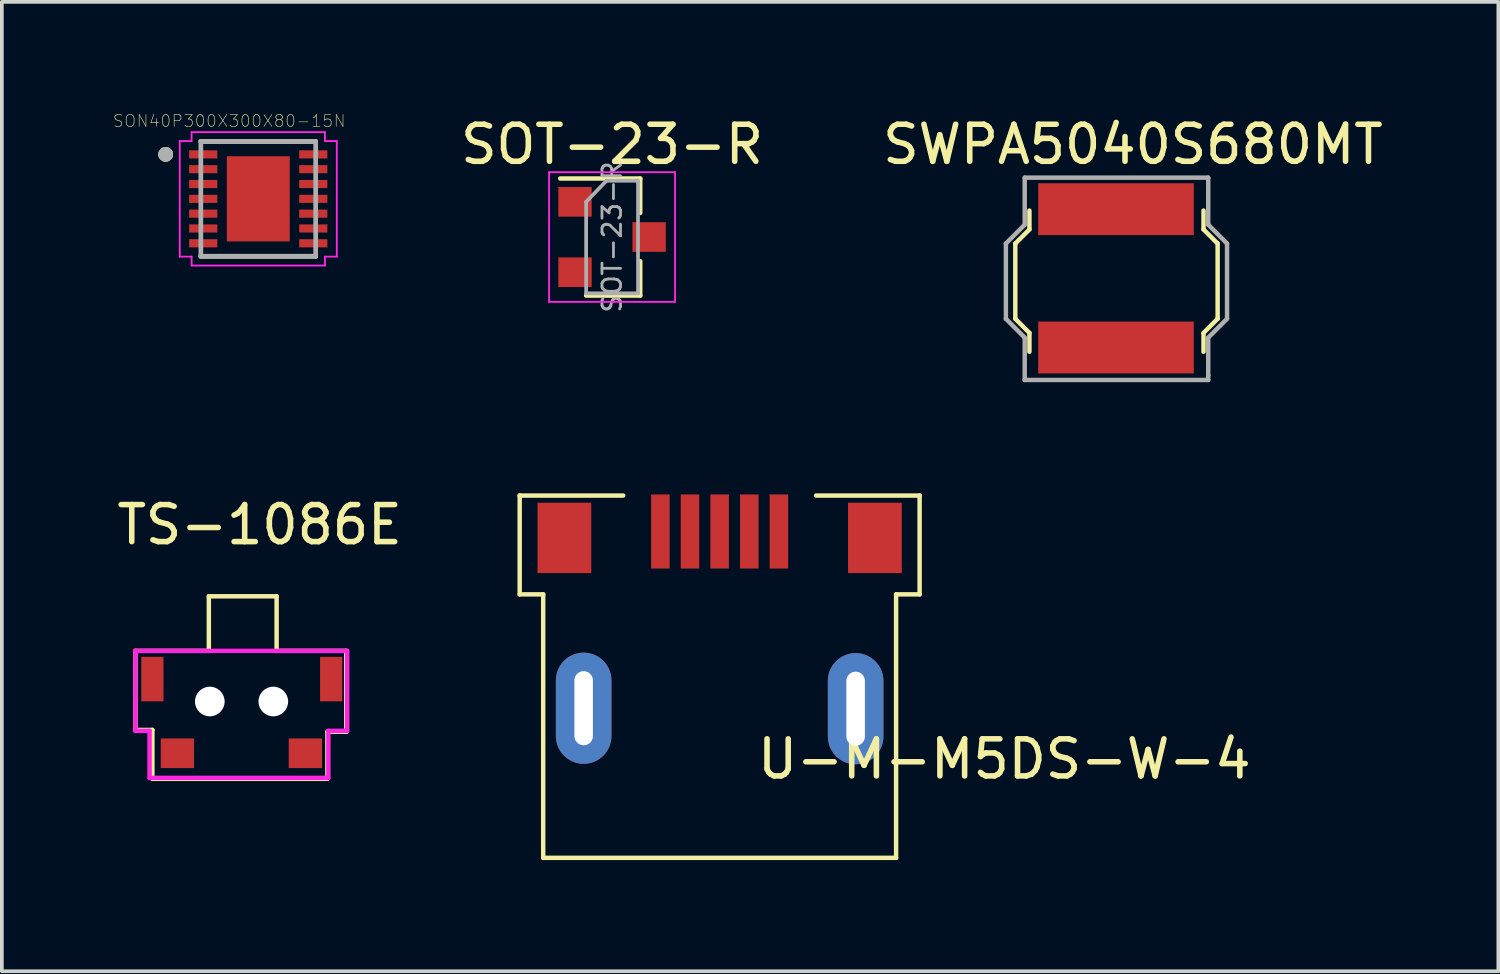
<source format=kicad_pcb>
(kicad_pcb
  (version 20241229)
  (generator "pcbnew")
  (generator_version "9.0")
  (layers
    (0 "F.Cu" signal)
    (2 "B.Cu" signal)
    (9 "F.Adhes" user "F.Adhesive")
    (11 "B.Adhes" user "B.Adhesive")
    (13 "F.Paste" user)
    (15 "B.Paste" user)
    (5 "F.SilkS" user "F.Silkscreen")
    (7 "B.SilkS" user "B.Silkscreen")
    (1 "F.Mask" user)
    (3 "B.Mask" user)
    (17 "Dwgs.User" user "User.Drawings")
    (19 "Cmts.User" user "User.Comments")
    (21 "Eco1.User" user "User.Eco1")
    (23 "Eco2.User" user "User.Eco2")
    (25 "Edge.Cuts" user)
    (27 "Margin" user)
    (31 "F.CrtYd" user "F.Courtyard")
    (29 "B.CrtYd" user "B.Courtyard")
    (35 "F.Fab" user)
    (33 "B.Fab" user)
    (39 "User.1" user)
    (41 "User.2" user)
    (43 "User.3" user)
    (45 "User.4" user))
  (footprint "SWPA5040S680MT"
    (layer "F.Cu")
    (at 27.53 0.348)
    (property "Reference" "SWPA5040S680MT" (at 0 0.5 0) (layer "F.SilkS") (effects (font (size 1 1) (thickness 0.15))))
    (attr through_hole)
    (fp_line (start -3.175 3.175) (end -3.175 5.207) (stroke (width 0.12) (type solid)) (layer "F.SilkS"))
    (fp_line (start -3.175 5.207) (end -2.794 5.588) (stroke (width 0.12) (type solid)) (layer "F.SilkS"))
    (fp_line (start -2.794 2.286) (end -2.794 2.794) (stroke (width 0.12) (type solid)) (layer "F.SilkS"))
    (fp_line (start -2.794 2.794) (end -3.175 3.175) (stroke (width 0.12) (type solid)) (layer "F.SilkS"))
    (fp_line (start -2.794 5.588) (end -2.794 6.096) (stroke (width 0.12) (type solid)) (layer "F.SilkS"))
    (fp_line (start 1.905 2.794) (end 1.905 2.286) (stroke (width 0.12) (type solid)) (layer "F.SilkS"))
    (fp_line (start 1.905 5.588) (end 2.286 5.207) (stroke (width 0.12) (type solid)) (layer "F.SilkS"))
    (fp_line (start 1.905 6.096) (end 1.905 5.588) (stroke (width 0.12) (type solid)) (layer "F.SilkS"))
    (fp_line (start 2.286 3.175) (end 1.905 2.794) (stroke (width 0.12) (type solid)) (layer "F.SilkS"))
    (fp_line (start 2.286 5.207) (end 2.286 3.175) (stroke (width 0.12) (type solid)) (layer "F.SilkS"))
    (fp_line (start -3.429 3.175) (end -3.429 5.207) (stroke (width 0.12) (type solid)) (layer "F.Fab"))
    (fp_line (start -3.429 5.207) (end -2.921 5.715) (stroke (width 0.12) (type solid)) (layer "F.Fab"))
    (fp_line (start -2.921 1.397) (end -2.921 2.667) (stroke (width 0.12) (type solid)) (layer "F.Fab"))
    (fp_line (start -2.921 2.667) (end -3.429 3.175) (stroke (width 0.12) (type solid)) (layer "F.Fab"))
    (fp_line (start -2.921 5.715) (end -2.921 6.858) (stroke (width 0.12) (type solid)) (layer "F.Fab"))
    (fp_line (start -2.921 6.858) (end 2.032 6.858) (stroke (width 0.12) (type solid)) (layer "F.Fab"))
    (fp_line (start 2.032 1.397) (end -2.921 1.397) (stroke (width 0.12) (type solid)) (layer "F.Fab"))
    (fp_line (start 2.032 2.667) (end 2.032 1.397) (stroke (width 0.12) (type solid)) (layer "F.Fab"))
    (fp_line (start 2.032 5.715) (end 2.54 5.207) (stroke (width 0.12) (type solid)) (layer "F.Fab"))
    (fp_line (start 2.032 6.731) (end 2.032 5.715) (stroke (width 0.12) (type solid)) (layer "F.Fab"))
    (fp_line (start 2.032 6.858) (end 2.032 6.731) (stroke (width 0.12) (type solid)) (layer "F.Fab"))
    (fp_line (start 2.54 3.175) (end 2.032 2.667) (stroke (width 0.12) (type solid)) (layer "F.Fab"))
    (fp_line (start 2.54 5.207) (end 2.54 3.175) (stroke (width 0.12) (type solid)) (layer "F.Fab"))
    (pad "1" smd rect (at -0.457 2.248 90) (size 1.4 4.2) (layers "F.Cu" "F.Mask" "F.Paste"))
    (pad "2" smd rect (at -0.457 5.982 90) (size 1.4 4.2) (layers "F.Cu" "F.Mask" "F.Paste")))
  (footprint "SON40P300X300X80-15N"
    (layer "F.Cu")
    (at 3.921 2.317)
    (property "Reference" "SON40P300X300X80-15N" (at -0.784 -2.103 0) (layer "F.SilkS") (effects (font (size 0.32 0.32) (thickness 0.015))))
    (attr through_hole)
    (fp_line (start -1.55 -1.55) (end 1.55 -1.55) (stroke (width 0.127) (type solid)) (layer "F.SilkS"))
    (fp_line (start -1.55 1.55) (end 1.55 1.55) (stroke (width 0.127) (type solid)) (layer "F.SilkS"))
    (fp_circle (center -2.5 -1.2) (end -2.4 -1.2) (stroke (width 0.2) (type solid)) (fill no) (layer "F.SilkS"))
    (fp_poly (pts (xy -0.665 -0.965) (xy -0.095 -0.965) (xy -0.095 -0.095) (xy -0.665 -0.095)) (stroke (width 0.01) (type solid)) (fill yes) (layer "F.Paste"))
    (fp_poly (pts (xy -0.665 0.095) (xy -0.095 0.095) (xy -0.095 0.965) (xy -0.665 0.965)) (stroke (width 0.01) (type solid)) (fill yes) (layer "F.Paste"))
    (fp_poly (pts (xy 0.095 -0.965) (xy 0.665 -0.965) (xy 0.665 -0.095) (xy 0.095 -0.095)) (stroke (width 0.01) (type solid)) (fill yes) (layer "F.Paste"))
    (fp_poly (pts (xy 0.095 0.095) (xy 0.665 0.095) (xy 0.665 0.965) (xy 0.095 0.965)) (stroke (width 0.01) (type solid)) (fill yes) (layer "F.Paste"))
    (fp_line (start -2.12 -1.56) (end -1.8 -1.56) (stroke (width 0.05) (type solid)) (layer "F.CrtYd"))
    (fp_line (start -2.12 1.56) (end -2.12 -1.56) (stroke (width 0.05) (type solid)) (layer "F.CrtYd"))
    (fp_line (start -1.8 -1.8) (end 1.8 -1.8) (stroke (width 0.05) (type solid)) (layer "F.CrtYd"))
    (fp_line (start -1.8 -1.56) (end -1.8 -1.8) (stroke (width 0.05) (type solid)) (layer "F.CrtYd"))
    (fp_line (start -1.8 1.56) (end -2.12 1.56) (stroke (width 0.05) (type solid)) (layer "F.CrtYd"))
    (fp_line (start -1.8 1.8) (end -1.8 1.56) (stroke (width 0.05) (type solid)) (layer "F.CrtYd"))
    (fp_line (start 1.8 -1.8) (end 1.8 -1.56) (stroke (width 0.05) (type solid)) (layer "F.CrtYd"))
    (fp_line (start 1.8 -1.56) (end 2.12 -1.56) (stroke (width 0.05) (type solid)) (layer "F.CrtYd"))
    (fp_line (start 1.8 1.56) (end 1.8 1.8) (stroke (width 0.05) (type solid)) (layer "F.CrtYd"))
    (fp_line (start 1.8 1.8) (end -1.8 1.8) (stroke (width 0.05) (type solid)) (layer "F.CrtYd"))
    (fp_line (start 2.12 -1.56) (end 2.12 1.56) (stroke (width 0.05) (type solid)) (layer "F.CrtYd"))
    (fp_line (start 2.12 1.56) (end 1.8 1.56) (stroke (width 0.05) (type solid)) (layer "F.CrtYd"))
    (fp_line (start -1.55 -1.55) (end 1.55 -1.55) (stroke (width 0.127) (type solid)) (layer "F.Fab"))
    (fp_line (start -1.55 1.55) (end -1.55 -1.55) (stroke (width 0.127) (type solid)) (layer "F.Fab"))
    (fp_line (start 1.55 -1.55) (end 1.55 1.55) (stroke (width 0.127) (type solid)) (layer "F.Fab"))
    (fp_line (start 1.55 1.55) (end -1.55 1.55) (stroke (width 0.127) (type solid)) (layer "F.Fab"))
    (fp_circle (center -2.5 -1.2) (end -2.4 -1.2) (stroke (width 0.2) (type solid)) (fill no) (layer "F.Fab"))
    (pad "1" smd rect (at -1.485 -1.2) (size 0.76 0.22) (layers "F.Cu" "F.Mask" "F.Paste"))
    (pad "2" smd rect (at -1.485 -0.8) (size 0.76 0.22) (layers "F.Cu" "F.Mask" "F.Paste"))
    (pad "3" smd rect (at -1.485 -0.4) (size 0.76 0.22) (layers "F.Cu" "F.Mask" "F.Paste"))
    (pad "4" smd rect (at -1.485 0) (size 0.76 0.22) (layers "F.Cu" "F.Mask" "F.Paste"))
    (pad "5" smd rect (at -1.485 0.4) (size 0.76 0.22) (layers "F.Cu" "F.Mask" "F.Paste"))
    (pad "6" smd rect (at -1.485 0.8) (size 0.76 0.22) (layers "F.Cu" "F.Mask" "F.Paste"))
    (pad "7" smd rect (at -1.485 1.2) (size 0.76 0.22) (layers "F.Cu" "F.Mask" "F.Paste"))
    (pad "8" smd rect (at 1.485 1.2) (size 0.76 0.22) (layers "F.Cu" "F.Mask" "F.Paste"))
    (pad "9" smd rect (at 1.485 0.8) (size 0.76 0.22) (layers "F.Cu" "F.Mask" "F.Paste"))
    (pad "10" smd rect (at 1.485 0.4) (size 0.76 0.22) (layers "F.Cu" "F.Mask" "F.Paste"))
    (pad "11" smd rect (at 1.485 0) (size 0.76 0.22) (layers "F.Cu" "F.Mask" "F.Paste"))
    (pad "12" smd rect (at 1.485 -0.4) (size 0.76 0.22) (layers "F.Cu" "F.Mask" "F.Paste"))
    (pad "13" smd rect (at 1.485 -0.8) (size 0.76 0.22) (layers "F.Cu" "F.Mask" "F.Paste"))
    (pad "14" smd rect (at 1.485 -1.2) (size 0.76 0.22) (layers "F.Cu" "F.Mask" "F.Paste"))
    (pad "15" smd rect (at 0 0) (size 1.7 2.3) (layers "F.Cu" "F.Mask")))
  (footprint "SOT-23-R"
    (layer "F.Cu")
    (at 13.471 3.348)
    (property "Reference" "SOT-23-R" (at 0 -2.5 0) (layer "F.SilkS") (effects (font (size 1 1) (thickness 0.15))))
    (attr smd)
    (fp_line (start 0.76 -1.58) (end -1.4 -1.58) (stroke (width 0.12) (type solid)) (layer "F.SilkS"))
    (fp_line (start 0.76 -1.58) (end 0.76 -0.65) (stroke (width 0.12) (type solid)) (layer "F.SilkS"))
    (fp_line (start 0.76 1.58) (end -0.7 1.58) (stroke (width 0.12) (type solid)) (layer "F.SilkS"))
    (fp_line (start 0.76 1.58) (end 0.76 0.65) (stroke (width 0.12) (type solid)) (layer "F.SilkS"))
    (fp_line (start -1.7 -1.75) (end 1.7 -1.75) (stroke (width 0.05) (type solid)) (layer "F.CrtYd"))
    (fp_line (start -1.7 1.75) (end -1.7 -1.75) (stroke (width 0.05) (type solid)) (layer "F.CrtYd"))
    (fp_line (start 1.7 -1.75) (end 1.7 1.75) (stroke (width 0.05) (type solid)) (layer "F.CrtYd"))
    (fp_line (start 1.7 1.75) (end -1.7 1.75) (stroke (width 0.05) (type solid)) (layer "F.CrtYd"))
    (fp_line (start -0.7 -0.95) (end -0.7 1.5) (stroke (width 0.1) (type solid)) (layer "F.Fab"))
    (fp_line (start -0.7 -0.95) (end -0.15 -1.52) (stroke (width 0.1) (type solid)) (layer "F.Fab"))
    (fp_line (start -0.7 1.52) (end 0.7 1.52) (stroke (width 0.1) (type solid)) (layer "F.Fab"))
    (fp_line (start -0.15 -1.52) (end 0.7 -1.52) (stroke (width 0.1) (type solid)) (layer "F.Fab"))
    (fp_line (start 0.7 -1.52) (end 0.7 1.52) (stroke (width 0.1) (type solid)) (layer "F.Fab"))
    (fp_text user "${REFERENCE}" (at 0 0 90) (layer "F.Fab") (effects (font (size 0.5 0.5) (thickness 0.075))))
    (pad "1" smd rect (at -1 0.95) (size 0.9 0.8) (layers "F.Cu" "F.Mask" "F.Paste"))
    (pad "2" smd rect (at -1 -0.95) (size 0.9 0.8) (layers "F.Cu" "F.Mask" "F.Paste"))
    (pad "3" smd rect (at 1 0) (size 0.9 0.8) (layers "F.Cu" "F.Mask" "F.Paste")))
  (footprint "U-M-M5DS-W-4"
    (layer "F.Cu")
    (at 16.565 17.946)
    (property "Reference" "U-M-M5DS-W-4" (at 7.493 -0.508 0) (layer "F.SilkS") (effects (font (size 1 1) (thickness 0.15))))
    (attr through_hole)
    (fp_line (start -5.588 -7.62) (end -5.588 -4.953) (stroke (width 0.12) (type solid)) (layer "F.SilkS"))
    (fp_line (start -5.588 -7.62) (end -2.794 -7.62) (stroke (width 0.12) (type solid)) (layer "F.SilkS"))
    (fp_line (start -4.953 -4.953) (end -5.588 -4.953) (stroke (width 0.12) (type solid)) (layer "F.SilkS"))
    (fp_line (start -4.953 -4.953) (end -4.953 2.159) (stroke (width 0.12) (type solid)) (layer "F.SilkS"))
    (fp_line (start -4.953 2.159) (end 4.572 2.159) (stroke (width 0.12) (type solid)) (layer "F.SilkS"))
    (fp_line (start 2.413 -7.62) (end 5.207 -7.62) (stroke (width 0.12) (type solid)) (layer "F.SilkS"))
    (fp_line (start 4.572 -4.953) (end 4.572 2.159) (stroke (width 0.12) (type solid)) (layer "F.SilkS"))
    (fp_line (start 5.207 -7.62) (end 5.207 -4.953) (stroke (width 0.12) (type solid)) (layer "F.SilkS"))
    (fp_line (start 5.207 -4.953) (end 4.572 -4.953) (stroke (width 0.12) (type solid)) (layer "F.SilkS"))
    (pad "1" smd rect (at -1.79 -6.65) (size 0.5 2) (layers "F.Cu" "F.Mask" "F.Paste"))
    (pad "2" smd rect (at -0.991 -6.65) (size 0.5 2) (layers "F.Cu" "F.Mask" "F.Paste"))
    (pad "3" smd rect (at -0.191 -6.65) (size 0.5 2) (layers "F.Cu" "F.Mask" "F.Paste"))
    (pad "4" smd rect (at 0.61 -6.65) (size 0.5 2) (layers "F.Cu" "F.Mask" "F.Paste"))
    (pad "5" smd rect (at 1.409 -6.65) (size 0.5 2) (layers "F.Cu" "F.Mask" "F.Paste"))
    (pad "6" smd rect (at -4.381 -6.477) (size 1.45 1.9) (layers "F.Cu" "F.Mask" "F.Paste"))
    (pad "6" thru_hole oval (at -3.861 -1.88) (size 1.5 3) (drill oval 0.5 2) (layers "*.Cu" "*.Mask"))
    (pad "6" thru_hole oval (at 3.48 -1.867) (size 1.5 3) (drill oval 0.5 2) (layers "*.Cu" "*.Mask"))
    (pad "6" smd rect (at 4 -6.477) (size 1.45 1.9) (layers "F.Cu" "F.Mask" "F.Paste")))
  (footprint "TS-1086E"
    (layer "F.Cu")
    (at 3.908 12.994)
    (property "Reference" "TS-1086E" (at 0.051 -1.88 0) (layer "F.SilkS") (effects (font (size 1 1) (thickness 0.15))))
    (attr through_hole)
    (fp_line (start -3.302 1.524) (end -1.321 1.524) (stroke (width 0.12) (type solid)) (layer "F.SilkS"))
    (fp_line (start -3.302 3.658) (end -3.302 1.524) (stroke (width 0.12) (type solid)) (layer "F.SilkS"))
    (fp_line (start -2.845 3.658) (end -3.302 3.658) (stroke (width 0.12) (type solid)) (layer "F.SilkS"))
    (fp_line (start -2.845 4.978) (end -2.845 3.658) (stroke (width 0.12) (type solid)) (layer "F.SilkS"))
    (fp_line (start -1.321 0.051) (end -1.321 1.524) (stroke (width 0.12) (type solid)) (layer "F.SilkS"))
    (fp_line (start -1.321 0.051) (end 0.508 0.051) (stroke (width 0.12) (type solid)) (layer "F.SilkS"))
    (fp_line (start 0.508 0.051) (end 0.508 1.524) (stroke (width 0.12) (type solid)) (layer "F.SilkS"))
    (fp_line (start 0.508 1.524) (end 2.388 1.524) (stroke (width 0.12) (type solid)) (layer "F.SilkS"))
    (fp_line (start 1.88 3.708) (end 1.88 4.978) (stroke (width 0.12) (type solid)) (layer "F.SilkS"))
    (fp_line (start 1.88 4.978) (end -2.845 4.978) (stroke (width 0.12) (type solid)) (layer "F.SilkS"))
    (fp_line (start 2.388 1.524) (end 2.388 3.708) (stroke (width 0.12) (type solid)) (layer "F.SilkS"))
    (fp_line (start 2.388 3.708) (end 1.88 3.708) (stroke (width 0.12) (type solid)) (layer "F.SilkS"))
    (fp_line (start -3.302 1.524) (end 2.413 1.524) (stroke (width 0.12) (type solid)) (layer "F.CrtYd"))
    (fp_line (start -3.302 3.683) (end -3.302 1.524) (stroke (width 0.12) (type solid)) (layer "F.CrtYd"))
    (fp_line (start -2.921 3.683) (end -3.302 3.683) (stroke (width 0.12) (type solid)) (layer "F.CrtYd"))
    (fp_line (start -2.921 4.953) (end -2.921 3.683) (stroke (width 0.12) (type solid)) (layer "F.CrtYd"))
    (fp_line (start 1.905 3.683) (end 1.905 4.953) (stroke (width 0.12) (type solid)) (layer "F.CrtYd"))
    (fp_line (start 1.905 4.953) (end -2.921 4.953) (stroke (width 0.12) (type solid)) (layer "F.CrtYd"))
    (fp_line (start 2.413 1.524) (end 2.413 3.683) (stroke (width 0.12) (type solid)) (layer "F.CrtYd"))
    (fp_line (start 2.413 3.683) (end 1.905 3.683) (stroke (width 0.12) (type solid)) (layer "F.CrtYd"))
    (pad "" np_thru_hole circle (at -1.295 2.891) (size 0.8 0.8) (drill 0.8) (layers "*.Cu" "*.Mask"))
    (pad "" np_thru_hole circle (at 0.419 2.891) (size 0.8 0.8) (drill 0.8) (layers "*.Cu" "*.Mask"))
    (pad "1" smd rect (at -2.169 4.288 90) (size 0.8 0.9) (layers "F.Cu" "F.Mask" "F.Paste"))
    (pad "2" smd rect (at 1.285 4.288 90) (size 0.8 0.9) (layers "F.Cu" "F.Mask" "F.Paste"))
    (pad "nc" smd rect (at -2.845 2.286 90) (size 1.2 0.6) (layers "F.Cu" "F.Mask" "F.Paste"))
    (pad "nc" smd rect (at 1.981 2.286 90) (size 1.2 0.6) (layers "F.Cu" "F.Mask" "F.Paste")))
  (gr_rect
    (start -3 -3)
    (end 37.393 23.165)
    (stroke (width 0.1) (type default))
    (fill no)
    (layer "Edge.Cuts")))
</source>
